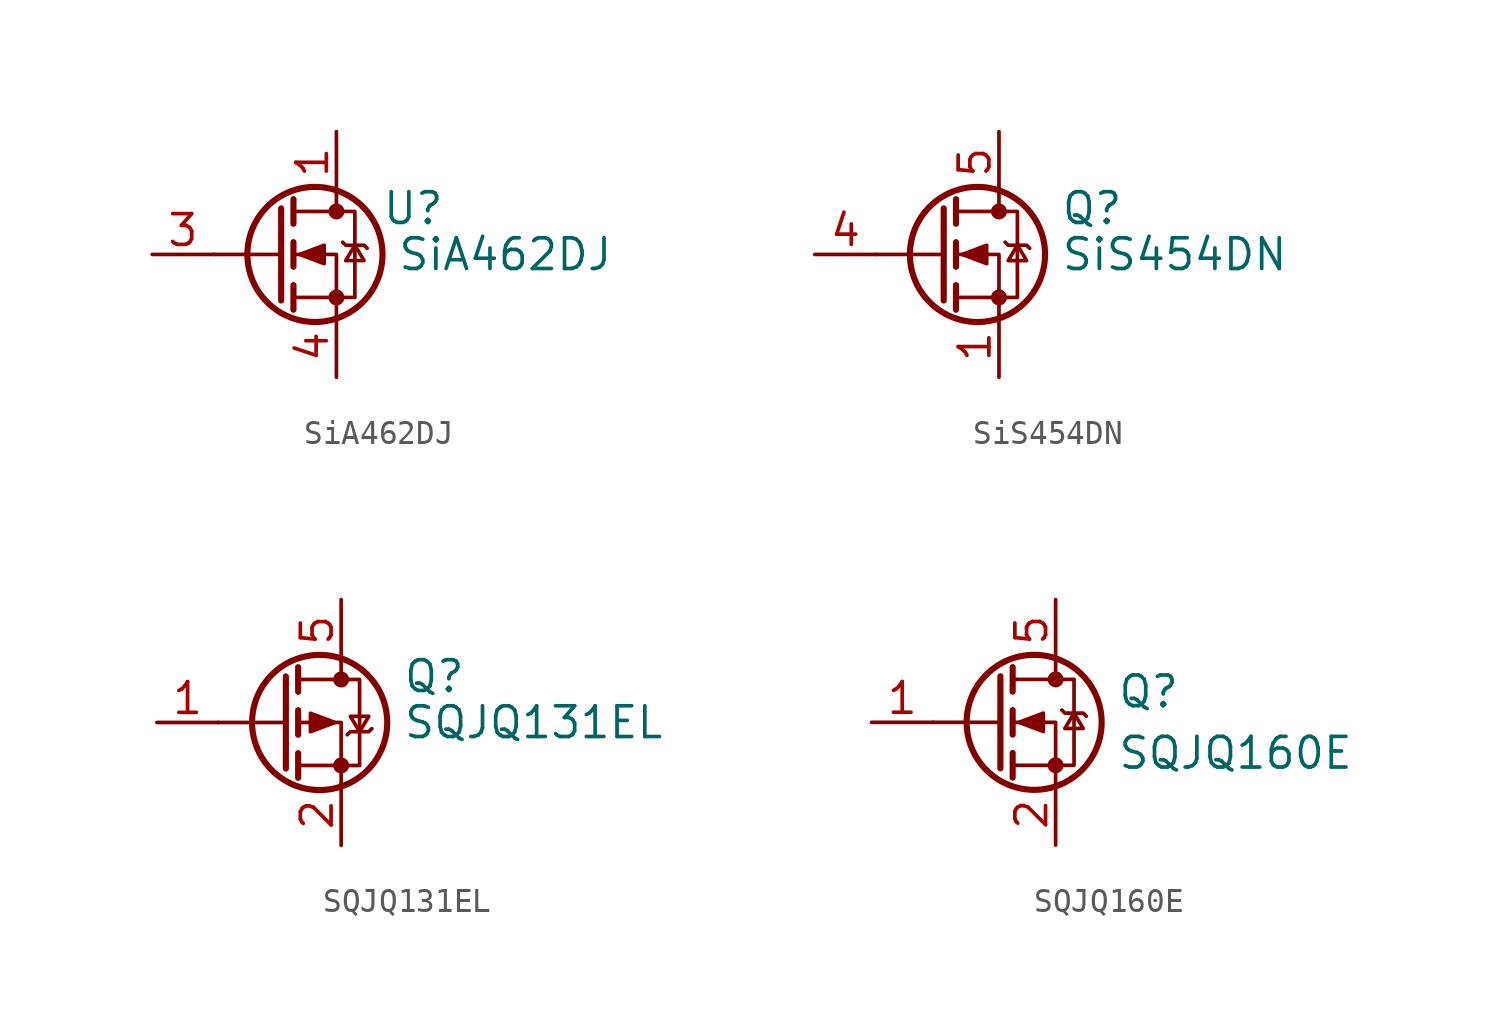
<source format=kicad_sym>
(kicad_symbol_lib
  (version 20241209)
  (generator "kicad_symbol_editor")
  (generator_version "9.0")
  (symbol "SiA462DJ"
    (pin_names
      (hide yes))
    (property "Reference" "U"
      (at 5.715 1.905 0)
      (effects (font (size 1.27 1.27))))
    (property "Value" "SiA462DJ"
      (at 9.525 0 0)
      (effects (font (size 1.27 1.27))))
    (symbol "SiA462DJ_0_1"
      (polyline (pts (xy 0.254 1.905) (xy 0.254 -1.905)) (stroke (width 0.254) (type default)) (fill (type none)))
      (polyline (pts (xy 0.254 0) (xy -2.54 0)) (stroke (width 0) (type default)) (fill (type none)))
      (polyline (pts (xy 0.762 2.286) (xy 0.762 1.27)) (stroke (width 0.254) (type default)) (fill (type none)))
      (polyline (pts (xy 0.762 0.508) (xy 0.762 -0.508)) (stroke (width 0.254) (type default)) (fill (type none)))
      (polyline (pts (xy 0.762 -1.27) (xy 0.762 -2.286)) (stroke (width 0.254) (type default)) (fill (type none)))
      (polyline (pts (xy 0.762 -1.778) (xy 3.302 -1.778) (xy 3.302 1.778) (xy 0.762 1.778)) (stroke (width 0) (type default)) (fill (type none)))
      (polyline (pts (xy 1.016 0) (xy 2.032 0.381) (xy 2.032 -0.381) (xy 1.016 0)) (stroke (width 0) (type default)) (fill (type outline)))
      (circle (center 1.651 0) (radius 2.794) (stroke (width 0.254) (type default)) (fill (type none)))
      (polyline (pts (xy 2.54 2.54) (xy 2.54 1.778)) (stroke (width 0) (type default)) (fill (type none)))
      (circle (center 2.54 1.778) (radius 0.254) (stroke (width 0) (type default)) (fill (type outline)))
      (circle (center 2.54 -1.778) (radius 0.254) (stroke (width 0) (type default)) (fill (type outline)))
      (polyline (pts (xy 2.54 -2.54) (xy 2.54 0) (xy 0.762 0)) (stroke (width 0) (type default)) (fill (type none)))
      (polyline (pts (xy 2.794 0.508) (xy 2.921 0.381) (xy 3.683 0.381) (xy 3.81 0.254)) (stroke (width 0) (type default)) (fill (type none)))
      (polyline (pts (xy 3.302 0.381) (xy 2.921 -0.254) (xy 3.683 -0.254) (xy 3.302 0.381)) (stroke (width 0) (type default)) (fill (type none))))
    (symbol "SiA462DJ_1_1"
      (pin passive line (at -5.08 0 0) (length 2.54) (name "G" (effects (font (size 1.27 1.27)))) (number "3" (effects (font (size 1.27 1.27)))))
      (pin passive line (at 2.54 5.08 270) (length 2.54) (name "D" (effects (font (size 1.27 1.27)))) (number "1" (effects (font (size 1.27 1.27)))))
      (pin passive line (at 2.54 -5.08 90) (length 2.54) (name "S" (effects (font (size 1.27 1.27)))) (number "4" (effects (font (size 1.27 1.27)))))))
  (symbol "SiS454DN"
    (pin_names
      (hide yes))
    (property "Reference" "Q"
      (at 5.08 1.905 0)
      (effects (font (size 1.27 1.27)) (justify left)))
    (property "Value" "SiS454DN"
      (at 5.08 0 0)
      (effects (font (size 1.27 1.27)) (justify left)))
    (symbol "SiS454DN_0_1"
      (polyline (pts (xy 0.254 1.905) (xy 0.254 -1.905)) (stroke (width 0.254) (type default)) (fill (type none)))
      (polyline (pts (xy 0.254 0) (xy -2.54 0)) (stroke (width 0) (type default)) (fill (type none)))
      (polyline (pts (xy 0.762 2.286) (xy 0.762 1.27)) (stroke (width 0.254) (type default)) (fill (type none)))
      (polyline (pts (xy 0.762 0.508) (xy 0.762 -0.508)) (stroke (width 0.254) (type default)) (fill (type none)))
      (polyline (pts (xy 0.762 -1.27) (xy 0.762 -2.286)) (stroke (width 0.254) (type default)) (fill (type none)))
      (polyline (pts (xy 0.762 -1.778) (xy 3.302 -1.778) (xy 3.302 1.778) (xy 0.762 1.778)) (stroke (width 0) (type default)) (fill (type none)))
      (polyline (pts (xy 1.016 0) (xy 2.032 0.381) (xy 2.032 -0.381) (xy 1.016 0)) (stroke (width 0) (type default)) (fill (type outline)))
      (circle (center 1.651 0) (radius 2.794) (stroke (width 0.254) (type default)) (fill (type none)))
      (polyline (pts (xy 2.54 2.54) (xy 2.54 1.778)) (stroke (width 0) (type default)) (fill (type none)))
      (circle (center 2.54 1.778) (radius 0.254) (stroke (width 0) (type default)) (fill (type outline)))
      (circle (center 2.54 -1.778) (radius 0.254) (stroke (width 0) (type default)) (fill (type outline)))
      (polyline (pts (xy 2.54 -2.54) (xy 2.54 0) (xy 0.762 0)) (stroke (width 0) (type default)) (fill (type none)))
      (polyline (pts (xy 2.794 0.508) (xy 2.921 0.381) (xy 3.683 0.381) (xy 3.81 0.254)) (stroke (width 0) (type default)) (fill (type none)))
      (polyline (pts (xy 3.302 0.381) (xy 2.921 -0.254) (xy 3.683 -0.254) (xy 3.302 0.381)) (stroke (width 0) (type default)) (fill (type none))))
    (symbol "SiS454DN_1_1"
      (pin input line (at -5.08 0 0) (length 2.54) (name "G" (effects (font (size 1.27 1.27)))) (number "4" (effects (font (size 1.27 1.27)))))
      (pin passive line (at 2.54 5.08 270) (length 2.54) (name "D" (effects (font (size 1.27 1.27)))) (number "5" (effects (font (size 1.27 1.27)))))
      (pin passive line (at 2.54 -5.08 90) (length 2.54) (name "S" (effects (font (size 1.27 1.27)))) (number "1" (effects (font (size 1.27 1.27)))))
      (pin passive line (at 2.54 -5.08 90) (length 2.54) (hide yes) (name "S" (effects (font (size 1.27 1.27)))) (number "2" (effects (font (size 1.27 1.27)))))
      (pin passive line (at 2.54 -5.08 90) (length 2.54) (hide yes) (name "S" (effects (font (size 1.27 1.27)))) (number "3" (effects (font (size 1.27 1.27)))))))
  (symbol "SQJQ131EL"
    (pin_names
      (hide yes))
    (property "Reference" "Q"
      (at 5.08 1.905 0)
      (effects (font (size 1.27 1.27)) (justify left)))
    (property "Value" "SQJQ131EL"
      (at 5.08 0 0)
      (effects (font (size 1.27 1.27)) (justify left)))
    (symbol "SQJQ131EL_0_1"
      (polyline (pts (xy 0.254 1.905) (xy 0.254 -1.905)) (stroke (width 0.254) (type default)) (fill (type none)))
      (polyline (pts (xy 0.254 0) (xy -2.54 0)) (stroke (width 0) (type default)) (fill (type none)))
      (polyline (pts (xy 0.762 2.286) (xy 0.762 1.27)) (stroke (width 0.254) (type default)) (fill (type none)))
      (polyline (pts (xy 0.762 1.778) (xy 3.302 1.778) (xy 3.302 -1.778) (xy 0.762 -1.778)) (stroke (width 0) (type default)) (fill (type none)))
      (polyline (pts (xy 0.762 0.508) (xy 0.762 -0.508)) (stroke (width 0.254) (type default)) (fill (type none)))
      (polyline (pts (xy 0.762 -1.27) (xy 0.762 -2.286)) (stroke (width 0.254) (type default)) (fill (type none)))
      (circle (center 1.651 0) (radius 2.794) (stroke (width 0.254) (type default)) (fill (type none)))
      (polyline (pts (xy 2.286 0) (xy 1.27 0.381) (xy 1.27 -0.381) (xy 2.286 0)) (stroke (width 0) (type default)) (fill (type outline)))
      (polyline (pts (xy 2.54 2.54) (xy 2.54 1.778)) (stroke (width 0) (type default)) (fill (type none)))
      (circle (center 2.54 1.778) (radius 0.254) (stroke (width 0) (type default)) (fill (type outline)))
      (circle (center 2.54 -1.778) (radius 0.254) (stroke (width 0) (type default)) (fill (type outline)))
      (polyline (pts (xy 2.54 -2.54) (xy 2.54 0) (xy 0.762 0)) (stroke (width 0) (type default)) (fill (type none)))
      (polyline (pts (xy 2.794 -0.508) (xy 2.921 -0.381) (xy 3.683 -0.381) (xy 3.81 -0.254)) (stroke (width 0) (type default)) (fill (type none)))
      (polyline (pts (xy 3.302 -0.381) (xy 2.921 0.254) (xy 3.683 0.254) (xy 3.302 -0.381)) (stroke (width 0) (type default)) (fill (type none))))
    (symbol "SQJQ131EL_1_1"
      (pin input line (at -5.08 0 0) (length 2.54) (name "G" (effects (font (size 1.27 1.27)))) (number "1" (effects (font (size 1.27 1.27)))))
      (pin passive line (at 2.54 5.08 270) (length 2.54) (name "D" (effects (font (size 1.27 1.27)))) (number "5" (effects (font (size 1.27 1.27)))))
      (pin passive line (at 2.54 -5.08 90) (length 2.54) (name "S" (effects (font (size 1.27 1.27)))) (number "2" (effects (font (size 1.27 1.27)))))
      (pin passive line (at 2.54 -5.08 90) (length 2.54) (hide yes) (name "S" (effects (font (size 1.27 1.27)))) (number "3" (effects (font (size 1.27 1.27)))))
      (pin passive line (at 2.54 -5.08 90) (length 2.54) (hide yes) (name "S" (effects (font (size 1.27 1.27)))) (number "4" (effects (font (size 1.27 1.27)))))))
  (symbol "SQJQ160E"
    (pin_names
      (offset 0)
      (hide yes))
    (property "Reference" "Q"
      (at 5.08 1.27 0)
      (effects (font (size 1.27 1.27)) (justify left)))
    (property "Value" "SQJQ160E"
      (at 5.08 -1.27 0)
      (effects (font (size 1.27 1.27)) (justify left)))
    (symbol "SQJQ160E_0_1"
      (polyline (pts (xy 0.254 1.905) (xy 0.254 -1.905)) (stroke (width 0.254) (type default)) (fill (type none)))
      (polyline (pts (xy 0.254 0) (xy -2.54 0)) (stroke (width 0) (type default)) (fill (type none)))
      (polyline (pts (xy 0.762 2.286) (xy 0.762 1.27)) (stroke (width 0.254) (type default)) (fill (type none)))
      (polyline (pts (xy 0.762 0.508) (xy 0.762 -0.508)) (stroke (width 0.254) (type default)) (fill (type none)))
      (polyline (pts (xy 0.762 -1.27) (xy 0.762 -2.286)) (stroke (width 0.254) (type default)) (fill (type none)))
      (polyline (pts (xy 0.762 -1.778) (xy 3.302 -1.778) (xy 3.302 1.778) (xy 0.762 1.778)) (stroke (width 0) (type default)) (fill (type none)))
      (polyline (pts (xy 1.016 0) (xy 2.032 0.381) (xy 2.032 -0.381) (xy 1.016 0)) (stroke (width 0) (type default)) (fill (type outline)))
      (circle (center 1.651 0) (radius 2.794) (stroke (width 0.254) (type default)) (fill (type none)))
      (polyline (pts (xy 2.54 2.54) (xy 2.54 1.778)) (stroke (width 0) (type default)) (fill (type none)))
      (circle (center 2.54 1.778) (radius 0.254) (stroke (width 0) (type default)) (fill (type outline)))
      (circle (center 2.54 -1.778) (radius 0.254) (stroke (width 0) (type default)) (fill (type outline)))
      (polyline (pts (xy 2.54 -2.54) (xy 2.54 0) (xy 0.762 0)) (stroke (width 0) (type default)) (fill (type none)))
      (polyline (pts (xy 2.794 0.508) (xy 2.921 0.381) (xy 3.683 0.381) (xy 3.81 0.254)) (stroke (width 0) (type default)) (fill (type none)))
      (polyline (pts (xy 3.302 0.381) (xy 2.921 -0.254) (xy 3.683 -0.254) (xy 3.302 0.381)) (stroke (width 0) (type default)) (fill (type none))))
    (symbol "SQJQ160E_1_1"
      (pin input line (at -5.08 0 0) (length 2.54) (name "G" (effects (font (size 1.27 1.27)))) (number "1" (effects (font (size 1.27 1.27)))))
      (pin passive line (at 2.54 5.08 270) (length 2.54) (name "D" (effects (font (size 1.27 1.27)))) (number "5" (effects (font (size 1.27 1.27)))))
      (pin passive line (at 2.54 -5.08 90) (length 2.54) (name "S" (effects (font (size 1.27 1.27)))) (number "2" (effects (font (size 1.27 1.27)))))
      (pin passive line (at 2.54 -5.08 90) (length 2.54) (hide yes) (name "S" (effects (font (size 1.27 1.27)))) (number "3" (effects (font (size 1.27 1.27)))))
      (pin passive line (at 2.54 -5.08 90) (length 2.54) (hide yes) (name "S" (effects (font (size 1.27 1.27)))) (number "4" (effects (font (size 1.27 1.27))))))))
</source>
